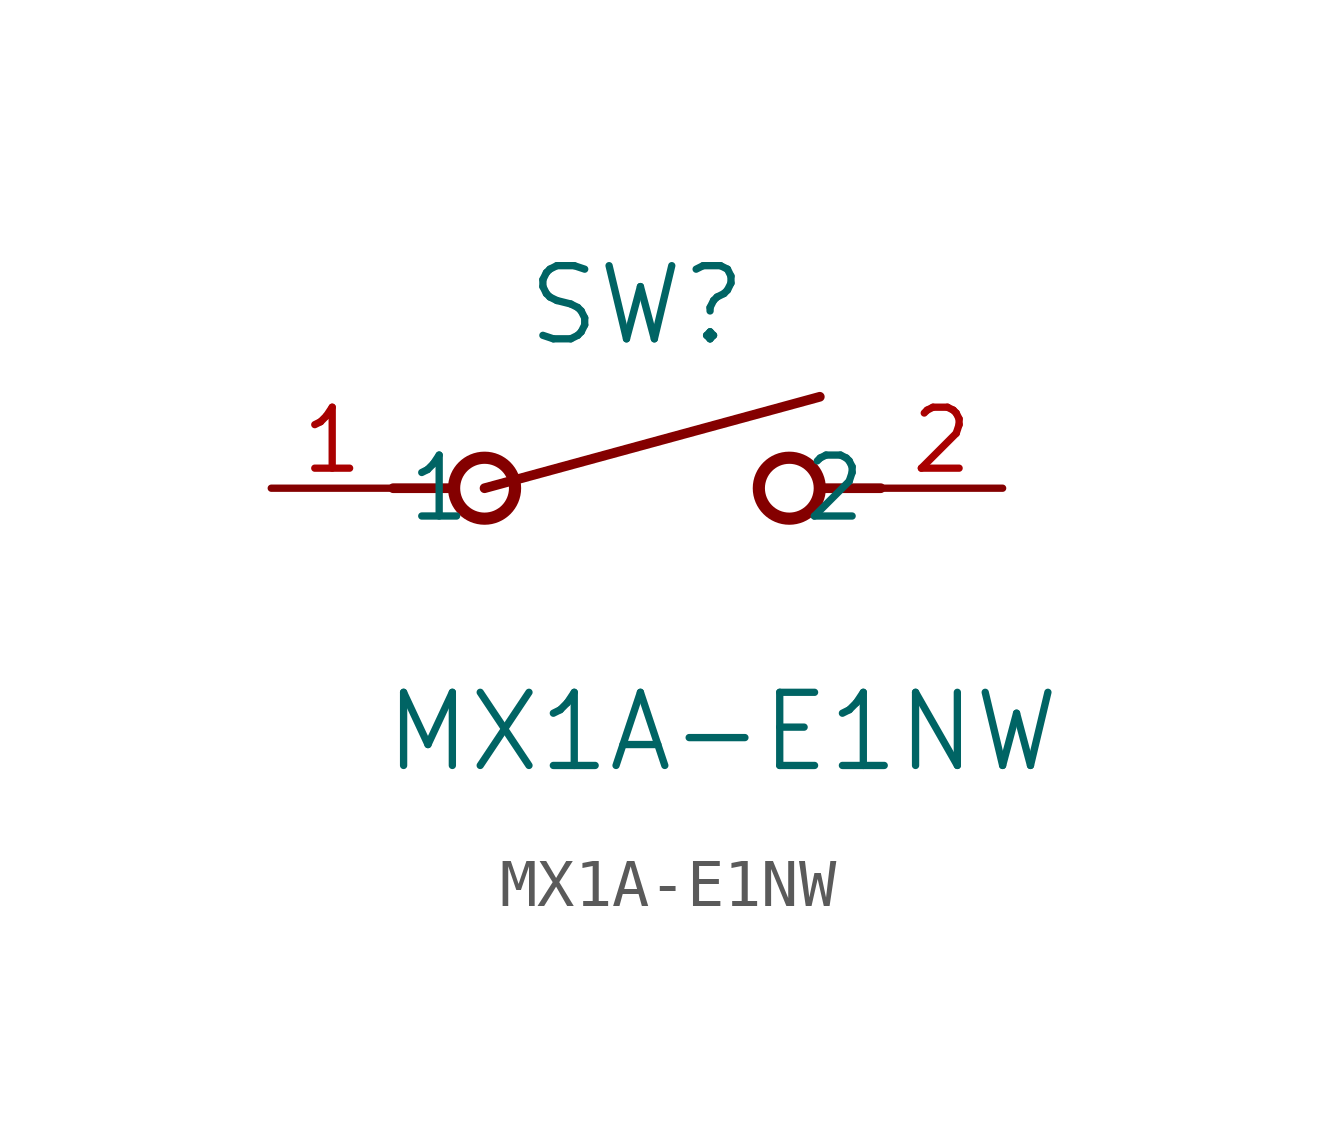
<source format=kicad_sym>
(kicad_symbol_lib
  (version 20231120)
  (generator "kicad_symbol_editor")
  (generator_version "8.0")
  (symbol "MX1A-E1NW"
    (pin_names
      (offset 0.254))
    (property "Reference" "SW"
      (at 7.62 3.81 0)
      (effects (font (size 1.524 1.524))))
    (property "Value" "MX1A-E1NW"
      (at 9.398 -5.08 0)
      (effects (font (size 1.524 1.524))))
    (property "ki_locked" ""
      (at 0 0 0)
      (effects (font (size 1.27 1.27))))
    (symbol "MX1A-E1NW_0_1"
      (polyline (pts (xy 2.54 0) (xy 3.81 0)) (stroke (width 0.203) (type default)) (fill (type none)))
      (polyline (pts (xy 4.445 0) (xy 11.43 1.905)) (stroke (width 0.203) (type default)) (fill (type none)))
      (polyline (pts (xy 12.7 0) (xy 11.43 0)) (stroke (width 0.203) (type default)) (fill (type none)))
      (circle (center 4.445 0) (radius 0.635) (stroke (width 0.254) (type default)) (fill (type none)))
      (circle (center 10.795 0) (radius 0.635) (stroke (width 0.254) (type default)) (fill (type none))))
    (symbol "MX1A-E1NW_1_1"
      (pin free line (at 0 0 0) (length 2.54) (name "1" (effects (font (size 1.27 1.27)))) (number "1" (effects (font (size 1.27 1.27)))))
      (pin free line (at 15.24 0 180) (length 2.54) (name "2" (effects (font (size 1.27 1.27)))) (number "2" (effects (font (size 1.27 1.27))))))))
</source>
